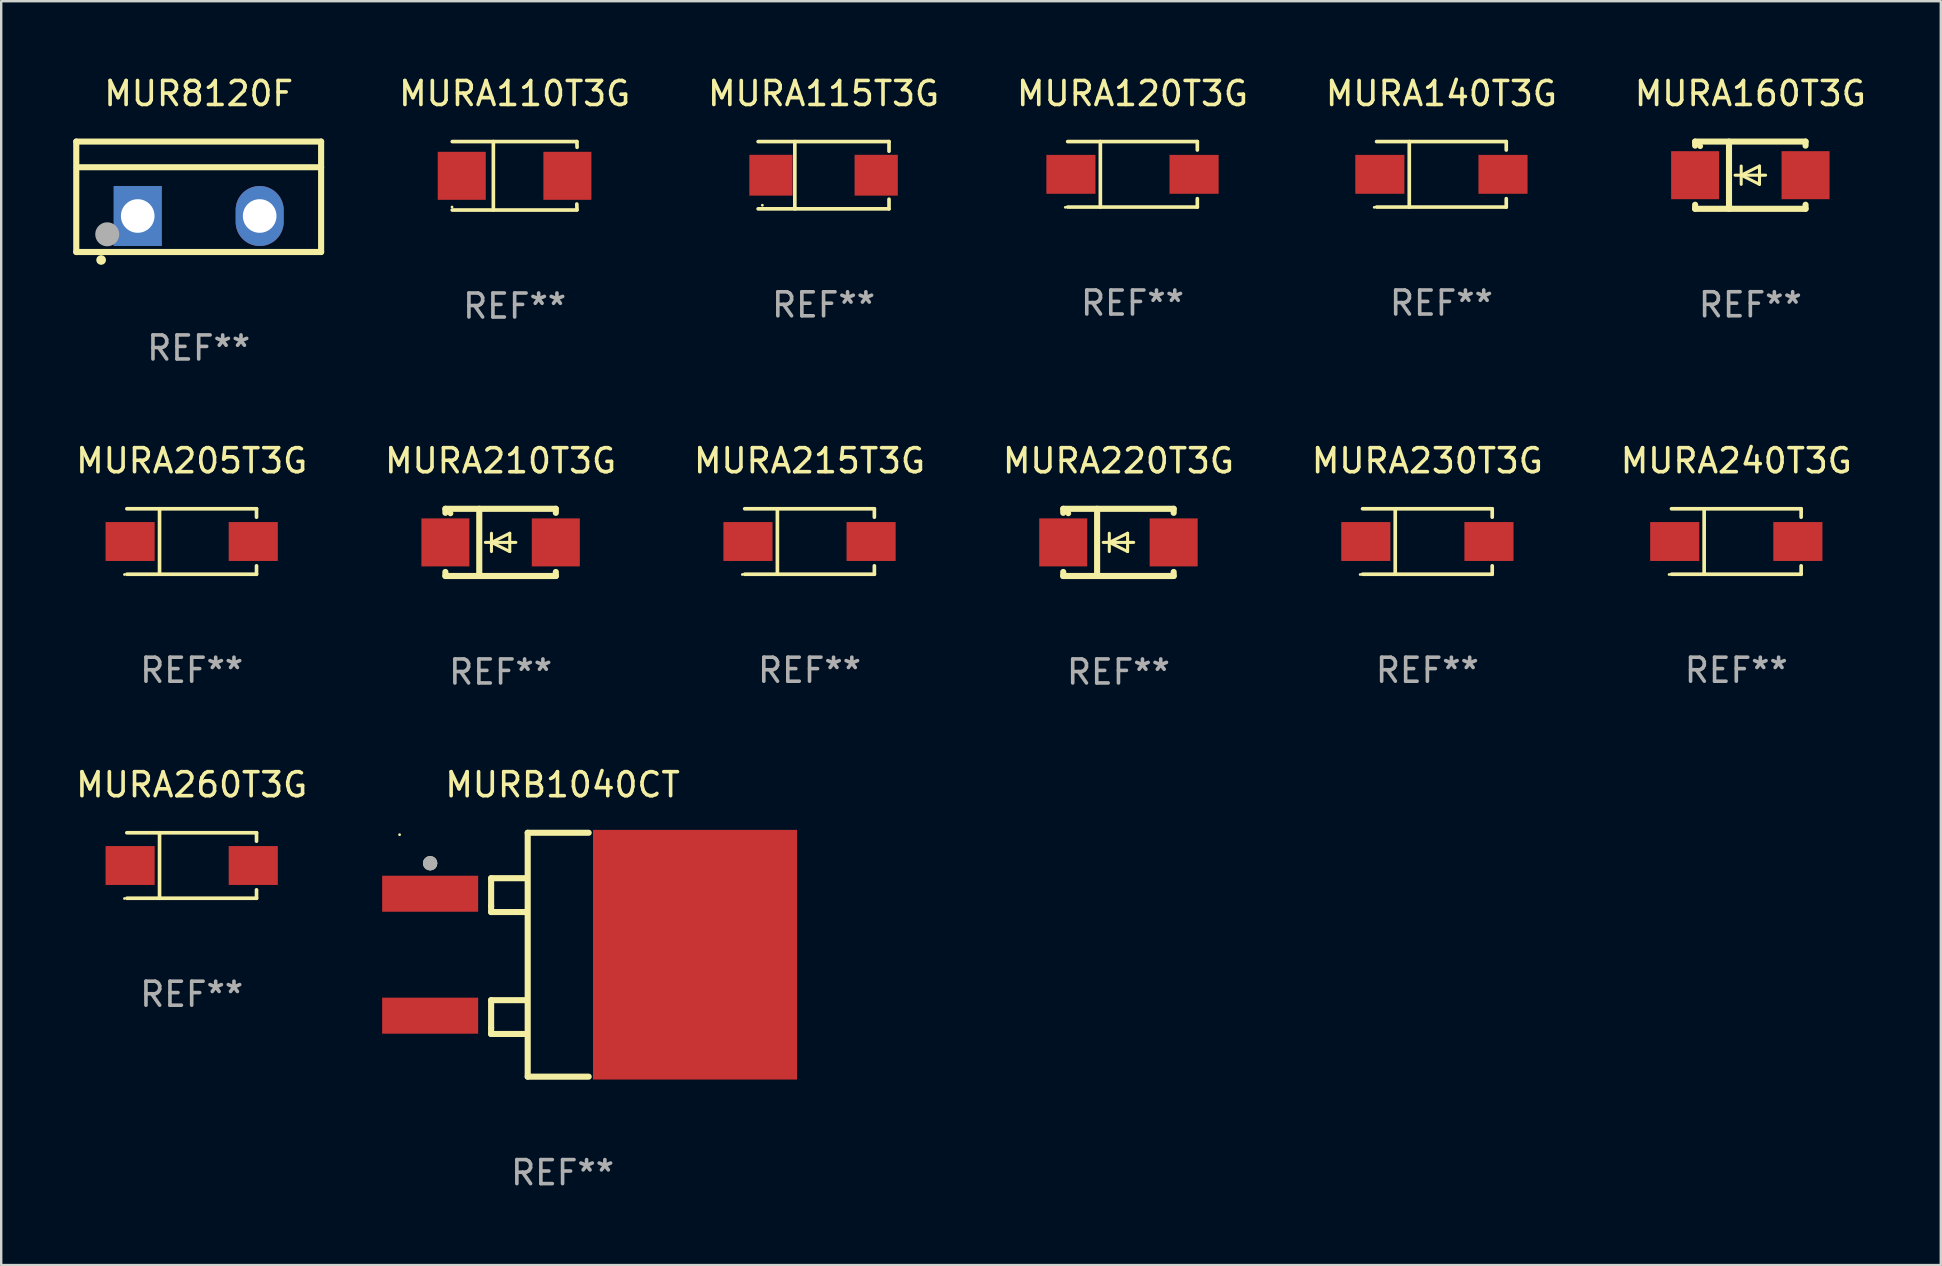
<source format=kicad_pcb>
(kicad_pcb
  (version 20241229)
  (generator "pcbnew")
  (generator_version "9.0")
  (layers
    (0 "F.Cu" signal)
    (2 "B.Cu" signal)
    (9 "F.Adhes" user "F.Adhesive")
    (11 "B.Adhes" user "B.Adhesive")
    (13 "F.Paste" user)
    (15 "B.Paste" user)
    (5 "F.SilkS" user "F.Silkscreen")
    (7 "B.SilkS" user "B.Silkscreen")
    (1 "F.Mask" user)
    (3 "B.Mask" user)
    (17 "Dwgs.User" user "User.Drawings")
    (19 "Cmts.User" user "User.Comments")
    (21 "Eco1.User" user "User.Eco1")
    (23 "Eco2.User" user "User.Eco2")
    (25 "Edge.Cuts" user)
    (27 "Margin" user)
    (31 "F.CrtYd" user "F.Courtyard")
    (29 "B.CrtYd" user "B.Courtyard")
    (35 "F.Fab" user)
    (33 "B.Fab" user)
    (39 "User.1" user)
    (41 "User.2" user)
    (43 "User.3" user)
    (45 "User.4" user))
  (footprint "MURA210T3G"
    (layer "F.Cu")
    (at 17.804 19.545)
    (property "Reference" "MURA210T3G" (at 0 -3.4 0) (layer "F.SilkS") (effects (font (size 1 1) (thickness 0.15))))
    (attr through_hole)
    (fp_line (start -2.3 -1.4) (end -2.3 -1.231) (stroke (width 0.254) (type solid)) (layer "F.SilkS"))
    (fp_line (start -2.3 -1.4) (end 2.3 -1.4) (stroke (width 0.254) (type solid)) (layer "F.SilkS"))
    (fp_line (start -2.3 1.231) (end -2.3 1.4) (stroke (width 0.254) (type solid)) (layer "F.SilkS"))
    (fp_line (start -2.3 1.4) (end 2.3 1.4) (stroke (width 0.254) (type solid)) (layer "F.SilkS"))
    (fp_line (start -0.889 1.4) (end -0.889 -1.4) (stroke (width 0.254) (type solid)) (layer "F.SilkS"))
    (fp_line (start -0.381 0) (end -0.381 -0.381) (stroke (width 0.127) (type solid)) (layer "F.SilkS"))
    (fp_line (start -0.381 0) (end -0.381 0.381) (stroke (width 0.127) (type solid)) (layer "F.SilkS"))
    (fp_line (start 0.381 -0.381) (end -0.381 0) (stroke (width 0.127) (type solid)) (layer "F.SilkS"))
    (fp_line (start 0.381 0) (end 0.381 -0.381) (stroke (width 0.127) (type solid)) (layer "F.SilkS"))
    (fp_line (start 0.381 0) (end 0.381 0.381) (stroke (width 0.127) (type solid)) (layer "F.SilkS"))
    (fp_line (start 0.381 0.381) (end -0.381 0) (stroke (width 0.127) (type solid)) (layer "F.SilkS"))
    (fp_line (start 0.635 0) (end -0.635 0) (stroke (width 0.127) (type solid)) (layer "F.SilkS"))
    (fp_line (start 2.3 -1.4) (end 2.3 -1.231) (stroke (width 0.254) (type solid)) (layer "F.SilkS"))
    (fp_line (start 2.3 1.231) (end 2.3 1.4) (stroke (width 0.254) (type solid)) (layer "F.SilkS"))
    (fp_circle (center -2.088 -1.208) (end -2.028 -1.208) (stroke (width 0.12) (type solid)) (fill no) (layer "F.SilkS"))
    (fp_text user "REF**" (at 0 5.4 0) (layer "F.Fab") (effects (font (size 1 1) (thickness 0.15))))
    (pad "1" smd rect (at -2.3 0 180) (size 2 2) (layers "F.Cu" "F.Mask" "F.Paste"))
    (pad "2" smd rect (at 2.3 0 180) (size 2 2) (layers "F.Cu" "F.Mask" "F.Paste")))
  (footprint "MUR8120F"
    (layer "F.Cu")
    (at 5.227 5.148)
    (property "Reference" "MUR8120F" (at 0 -4.3 0) (layer "F.SilkS") (effects (font (size 1 1) (thickness 0.15))))
    (attr through_hole)
    (fp_line (start -5.1 -2.3) (end -5.1 2.3) (stroke (width 0.254) (type solid)) (layer "F.SilkS"))
    (fp_line (start -5.1 2.3) (end 5.1 2.3) (stroke (width 0.254) (type solid)) (layer "F.SilkS"))
    (fp_line (start -5.08 -1.232) (end 5.1 -1.232) (stroke (width 0.254) (type solid)) (layer "F.SilkS"))
    (fp_line (start 5.1 -2.3) (end -5.1 -2.3) (stroke (width 0.254) (type solid)) (layer "F.SilkS"))
    (fp_line (start 5.1 -2.3) (end 5.1 2.3) (stroke (width 0.254) (type solid)) (layer "F.SilkS"))
    (fp_arc (start -4.065278 2.632004) (mid -4.064008 2.632) (end -4.062738 2.632004) (stroke (width 0.4) (type solid)) (layer "F.SilkS"))
    (fp_circle (center -5.1 2.32) (end -5.07 2.32) (stroke (width 0.06) (type solid)) (fill no) (layer "F.SilkS"))
    (fp_circle (center -3.81 1.562) (end -3.56 1.562) (stroke (width 0.5) (type solid)) (fill no) (layer "F.Fab"))
    (fp_text user "REF**" (at 0 6.3 0) (layer "F.Fab") (effects (font (size 1 1) (thickness 0.15))))
    (pad "1" thru_hole rect (at -2.54 0.8) (size 2 2.5) (drill 1.4) (layers "*.Cu" "*.Mask"))
    (pad "2" thru_hole oval (at 2.54 0.8) (size 2 2.5) (drill 1.4) (layers "*.Cu" "*.Mask")))
  (footprint "MURB1040CT"
    (layer "F.Cu")
    (at 20.386 36.721)
    (property "Reference" "MURB1040CT" (at 0 -7.08 0) (layer "F.SilkS") (effects (font (size 1 1) (thickness 0.15))))
    (attr through_hole)
    (fp_line (start -2.977 -3.187) (end -2.977 -2.032) (stroke (width 0.254) (type solid)) (layer "F.SilkS"))
    (fp_line (start -2.977 -2.032) (end -2.977 -1.778) (stroke (width 0.254) (type solid)) (layer "F.SilkS"))
    (fp_line (start -2.977 -1.778) (end -1.524 -1.778) (stroke (width 0.254) (type solid)) (layer "F.SilkS"))
    (fp_line (start -2.977 1.893) (end -2.977 3.048) (stroke (width 0.254) (type solid)) (layer "F.SilkS"))
    (fp_line (start -2.977 3.048) (end -2.977 3.302) (stroke (width 0.254) (type solid)) (layer "F.SilkS"))
    (fp_line (start -2.977 3.302) (end -1.524 3.302) (stroke (width 0.254) (type solid)) (layer "F.SilkS"))
    (fp_line (start -1.524 -3.187) (end -2.977 -3.187) (stroke (width 0.254) (type solid)) (layer "F.SilkS"))
    (fp_line (start -1.524 1.893) (end -2.977 1.893) (stroke (width 0.254) (type solid)) (layer "F.SilkS"))
    (fp_line (start -1.453 -5.08) (end -1.453 5.08) (stroke (width 0.254) (type solid)) (layer "F.SilkS"))
    (fp_line (start -1.453 5.08) (end 1.087 5.08) (stroke (width 0.254) (type solid)) (layer "F.SilkS"))
    (fp_line (start 1.087 -5.08) (end -1.453 -5.08) (stroke (width 0.254) (type solid)) (layer "F.SilkS"))
    (fp_circle (center -6.79 -5) (end -6.76 -5) (stroke (width 0.06) (type solid)) (fill no) (layer "F.SilkS"))
    (fp_circle (center -5.517 -3.81) (end -5.367 -3.81) (stroke (width 0.3) (type solid)) (fill no) (layer "F.SilkS"))
    (fp_circle (center -5.517 -3.81) (end -5.367 -3.81) (stroke (width 0.3) (type solid)) (fill no) (layer "F.Fab"))
    (fp_text user "REF**" (at 0 9.08 0) (layer "F.Fab") (effects (font (size 1 1) (thickness 0.15))))
    (pad "1" smd rect (at -5.517 -2.54) (size 4 1.5) (layers "F.Cu" "F.Mask" "F.Paste"))
    (pad "2" smd rect (at -5.517 2.54) (size 4 1.5) (layers "F.Cu" "F.Mask" "F.Paste"))
    (pad "3" smd rect (at 5.517 0) (size 8.5 10.4) (layers "F.Cu" "F.Mask" "F.Paste")))
  (footprint "MURA230T3G"
    (layer "F.Cu")
    (at 56.411 19.508)
    (property "Reference" "MURA230T3G" (at 0 -3.364 0) (layer "F.SilkS") (effects (font (size 1 1) (thickness 0.15))))
    (attr through_hole)
    (fp_line (start -2.701 -1.364) (end 2.701 -1.364) (stroke (width 0.152) (type solid)) (layer "F.SilkS"))
    (fp_line (start -2.701 1.364) (end 2.701 1.364) (stroke (width 0.152) (type solid)) (layer "F.SilkS"))
    (fp_line (start -1.339 -1.364) (end -1.339 1.364) (stroke (width 0.152) (type solid)) (layer "F.SilkS"))
    (fp_line (start 2.701 -1.364) (end 2.701 -1.013) (stroke (width 0.152) (type solid)) (layer "F.SilkS"))
    (fp_line (start 2.701 1.364) (end 2.701 1.013) (stroke (width 0.152) (type solid)) (layer "F.SilkS"))
    (fp_circle (center -2.8 1.375) (end -2.77 1.375) (stroke (width 0.06) (type solid)) (fill no) (layer "F.SilkS"))
    (fp_text user "REF**" (at 0 5.364 0) (layer "F.Fab") (effects (font (size 1 1) (thickness 0.15))))
    (pad "1" smd rect (at -2.565 -0.000025) (size 2.046 1.62) (layers "F.Cu" "F.Mask" "F.Paste"))
    (pad "2" smd rect (at 2.565 -0.000025) (size 2.046 1.62) (layers "F.Cu" "F.Mask" "F.Paste")))
  (footprint "MURA120T3G"
    (layer "F.Cu")
    (at 44.127 4.212)
    (property "Reference" "MURA120T3G" (at 0 -3.364 0) (layer "F.SilkS") (effects (font (size 1 1) (thickness 0.15))))
    (attr through_hole)
    (fp_line (start -2.701 -1.364) (end 2.701 -1.364) (stroke (width 0.152) (type solid)) (layer "F.SilkS"))
    (fp_line (start -2.701 1.364) (end 2.701 1.364) (stroke (width 0.152) (type solid)) (layer "F.SilkS"))
    (fp_line (start -1.339 -1.364) (end -1.339 1.364) (stroke (width 0.152) (type solid)) (layer "F.SilkS"))
    (fp_line (start 2.701 -1.364) (end 2.701 -1.013) (stroke (width 0.152) (type solid)) (layer "F.SilkS"))
    (fp_line (start 2.701 1.364) (end 2.701 1.013) (stroke (width 0.152) (type solid)) (layer "F.SilkS"))
    (fp_circle (center -2.8 1.375) (end -2.77 1.375) (stroke (width 0.06) (type solid)) (fill no) (layer "F.SilkS"))
    (fp_text user "REF**" (at 0 5.364 0) (layer "F.Fab") (effects (font (size 1 1) (thickness 0.15))))
    (pad "1" smd rect (at -2.565 -0.000025) (size 2.046 1.62) (layers "F.Cu" "F.Mask" "F.Paste"))
    (pad "2" smd rect (at 2.565 -0.000025) (size 2.046 1.62) (layers "F.Cu" "F.Mask" "F.Paste")))
  (footprint "MURA140T3G"
    (layer "F.Cu")
    (at 56.996 4.212)
    (property "Reference" "MURA140T3G" (at 0 -3.364 0) (layer "F.SilkS") (effects (font (size 1 1) (thickness 0.15))))
    (attr through_hole)
    (fp_line (start -2.701 -1.364) (end 2.701 -1.364) (stroke (width 0.152) (type solid)) (layer "F.SilkS"))
    (fp_line (start -2.701 1.364) (end 2.701 1.364) (stroke (width 0.152) (type solid)) (layer "F.SilkS"))
    (fp_line (start -1.339 -1.364) (end -1.339 1.364) (stroke (width 0.152) (type solid)) (layer "F.SilkS"))
    (fp_line (start 2.701 -1.364) (end 2.701 -1.013) (stroke (width 0.152) (type solid)) (layer "F.SilkS"))
    (fp_line (start 2.701 1.364) (end 2.701 1.013) (stroke (width 0.152) (type solid)) (layer "F.SilkS"))
    (fp_circle (center -2.8 1.375) (end -2.77 1.375) (stroke (width 0.06) (type solid)) (fill no) (layer "F.SilkS"))
    (fp_text user "REF**" (at 0 5.364 0) (layer "F.Fab") (effects (font (size 1 1) (thickness 0.15))))
    (pad "1" smd rect (at -2.565 -0.000025) (size 2.046 1.62) (layers "F.Cu" "F.Mask" "F.Paste"))
    (pad "2" smd rect (at 2.565 -0.000025) (size 2.046 1.62) (layers "F.Cu" "F.Mask" "F.Paste")))
  (footprint "MURA115T3G"
    (layer "F.Cu")
    (at 31.258 4.249)
    (property "Reference" "MURA115T3G" (at 0 -3.401 0) (layer "F.SilkS") (effects (font (size 1 1) (thickness 0.15))))
    (attr through_hole)
    (fp_line (start -2.726 -1.401) (end 2.726 -1.401) (stroke (width 0.152) (type solid)) (layer "F.SilkS"))
    (fp_line (start -2.726 1.401) (end 2.726 1.401) (stroke (width 0.152) (type solid)) (layer "F.SilkS"))
    (fp_line (start -1.197 -1.401) (end -1.197 1.401) (stroke (width 0.152) (type solid)) (layer "F.SilkS"))
    (fp_line (start 2.726 -1.401) (end 2.726 -1) (stroke (width 0.152) (type solid)) (layer "F.SilkS"))
    (fp_line (start 2.726 1.401) (end 2.726 1) (stroke (width 0.152) (type solid)) (layer "F.SilkS"))
    (fp_circle (center -2.55 1.25) (end -2.52 1.25) (stroke (width 0.06) (type solid)) (fill no) (layer "F.SilkS"))
    (fp_text user "REF**" (at 0 5.401 0) (layer "F.Fab") (effects (font (size 1 1) (thickness 0.15))))
    (pad "1" smd rect (at -2.192 0) (size 1.8 1.7) (layers "F.Cu" "F.Mask" "F.Paste"))
    (pad "2" smd rect (at 2.192 0) (size 1.8 1.7) (layers "F.Cu" "F.Mask" "F.Paste")))
  (footprint "MURA220T3G"
    (layer "F.Cu")
    (at 43.542 19.545)
    (property "Reference" "MURA220T3G" (at 0 -3.4 0) (layer "F.SilkS") (effects (font (size 1 1) (thickness 0.15))))
    (attr through_hole)
    (fp_line (start -2.3 -1.4) (end -2.3 -1.231) (stroke (width 0.254) (type solid)) (layer "F.SilkS"))
    (fp_line (start -2.3 -1.4) (end 2.3 -1.4) (stroke (width 0.254) (type solid)) (layer "F.SilkS"))
    (fp_line (start -2.3 1.231) (end -2.3 1.4) (stroke (width 0.254) (type solid)) (layer "F.SilkS"))
    (fp_line (start -2.3 1.4) (end 2.3 1.4) (stroke (width 0.254) (type solid)) (layer "F.SilkS"))
    (fp_line (start -0.889 1.4) (end -0.889 -1.4) (stroke (width 0.254) (type solid)) (layer "F.SilkS"))
    (fp_line (start -0.381 0) (end -0.381 -0.381) (stroke (width 0.127) (type solid)) (layer "F.SilkS"))
    (fp_line (start -0.381 0) (end -0.381 0.381) (stroke (width 0.127) (type solid)) (layer "F.SilkS"))
    (fp_line (start 0.381 -0.381) (end -0.381 0) (stroke (width 0.127) (type solid)) (layer "F.SilkS"))
    (fp_line (start 0.381 0) (end 0.381 -0.381) (stroke (width 0.127) (type solid)) (layer "F.SilkS"))
    (fp_line (start 0.381 0) (end 0.381 0.381) (stroke (width 0.127) (type solid)) (layer "F.SilkS"))
    (fp_line (start 0.381 0.381) (end -0.381 0) (stroke (width 0.127) (type solid)) (layer "F.SilkS"))
    (fp_line (start 0.635 0) (end -0.635 0) (stroke (width 0.127) (type solid)) (layer "F.SilkS"))
    (fp_line (start 2.3 -1.4) (end 2.3 -1.231) (stroke (width 0.254) (type solid)) (layer "F.SilkS"))
    (fp_line (start 2.3 1.231) (end 2.3 1.4) (stroke (width 0.254) (type solid)) (layer "F.SilkS"))
    (fp_circle (center -2.088 -1.208) (end -2.028 -1.208) (stroke (width 0.12) (type solid)) (fill no) (layer "F.SilkS"))
    (fp_text user "REF**" (at 0 5.4 0) (layer "F.Fab") (effects (font (size 1 1) (thickness 0.15))))
    (pad "1" smd rect (at -2.3 0 180) (size 2 2) (layers "F.Cu" "F.Mask" "F.Paste"))
    (pad "2" smd rect (at 2.3 0 180) (size 2 2) (layers "F.Cu" "F.Mask" "F.Paste")))
  (footprint "MURA110T3G"
    (layer "F.Cu")
    (at 18.389 4.274)
    (property "Reference" "MURA110T3G" (at 0 -3.426 0) (layer "F.SilkS") (effects (font (size 1 1) (thickness 0.15))))
    (attr through_hole)
    (fp_line (start -2.6 -1.426) (end 2.593 -1.426) (stroke (width 0.152) (type solid)) (layer "F.SilkS"))
    (fp_line (start -2.6 1.426) (end 2.593 1.426) (stroke (width 0.152) (type solid)) (layer "F.SilkS"))
    (fp_line (start -0.887 -1.426) (end -0.887 1.426) (stroke (width 0.152) (type solid)) (layer "F.SilkS"))
    (fp_line (start 2.59 1.176) (end 2.597 1.415) (stroke (width 0.152) (type solid)) (layer "F.SilkS"))
    (fp_line (start 2.593 -1.426) (end 2.6 -1.187) (stroke (width 0.152) (type solid)) (layer "F.SilkS"))
    (fp_circle (center -2.608 1.3) (end -2.578 1.3) (stroke (width 0.06) (type solid)) (fill no) (layer "F.SilkS"))
    (fp_text user "REF**" (at 0 5.426 0) (layer "F.Fab") (effects (font (size 1 1) (thickness 0.15))))
    (pad "1" smd rect (at -2.203 0 180) (size 2 2) (layers "F.Cu" "F.Mask" "F.Paste"))
    (pad "2" smd rect (at 2.197 0 180) (size 2 2) (layers "F.Cu" "F.Mask" "F.Paste")))
  (footprint "MURA205T3G"
    (layer "F.Cu")
    (at 4.935 19.508)
    (property "Reference" "MURA205T3G" (at 0 -3.364 0) (layer "F.SilkS") (effects (font (size 1 1) (thickness 0.15))))
    (attr through_hole)
    (fp_line (start -2.701 -1.364) (end 2.701 -1.364) (stroke (width 0.152) (type solid)) (layer "F.SilkS"))
    (fp_line (start -2.701 1.364) (end 2.701 1.364) (stroke (width 0.152) (type solid)) (layer "F.SilkS"))
    (fp_line (start -1.339 -1.364) (end -1.339 1.364) (stroke (width 0.152) (type solid)) (layer "F.SilkS"))
    (fp_line (start 2.701 -1.364) (end 2.701 -1.013) (stroke (width 0.152) (type solid)) (layer "F.SilkS"))
    (fp_line (start 2.701 1.364) (end 2.701 1.013) (stroke (width 0.152) (type solid)) (layer "F.SilkS"))
    (fp_circle (center -2.8 1.375) (end -2.77 1.375) (stroke (width 0.06) (type solid)) (fill no) (layer "F.SilkS"))
    (fp_text user "REF**" (at 0 5.364 0) (layer "F.Fab") (effects (font (size 1 1) (thickness 0.15))))
    (pad "1" smd rect (at -2.565 -0.000025) (size 2.046 1.62) (layers "F.Cu" "F.Mask" "F.Paste"))
    (pad "2" smd rect (at 2.565 -0.000025) (size 2.046 1.62) (layers "F.Cu" "F.Mask" "F.Paste")))
  (footprint "MURA260T3G"
    (layer "F.Cu")
    (at 4.935 33.005)
    (property "Reference" "MURA260T3G" (at 0 -3.364 0) (layer "F.SilkS") (effects (font (size 1 1) (thickness 0.15))))
    (attr through_hole)
    (fp_line (start -2.701 -1.364) (end 2.701 -1.364) (stroke (width 0.152) (type solid)) (layer "F.SilkS"))
    (fp_line (start -2.701 1.364) (end 2.701 1.364) (stroke (width 0.152) (type solid)) (layer "F.SilkS"))
    (fp_line (start -1.339 -1.364) (end -1.339 1.364) (stroke (width 0.152) (type solid)) (layer "F.SilkS"))
    (fp_line (start 2.701 -1.364) (end 2.701 -1.013) (stroke (width 0.152) (type solid)) (layer "F.SilkS"))
    (fp_line (start 2.701 1.364) (end 2.701 1.013) (stroke (width 0.152) (type solid)) (layer "F.SilkS"))
    (fp_circle (center -2.8 1.375) (end -2.77 1.375) (stroke (width 0.06) (type solid)) (fill no) (layer "F.SilkS"))
    (fp_text user "REF**" (at 0 5.364 0) (layer "F.Fab") (effects (font (size 1 1) (thickness 0.15))))
    (pad "1" smd rect (at -2.565 -0.000025) (size 2.046 1.62) (layers "F.Cu" "F.Mask" "F.Paste"))
    (pad "2" smd rect (at 2.565 -0.000025) (size 2.046 1.62) (layers "F.Cu" "F.Mask" "F.Paste")))
  (footprint "MURA160T3G"
    (layer "F.Cu")
    (at 69.865 4.248)
    (property "Reference" "MURA160T3G" (at 0 -3.4 0) (layer "F.SilkS") (effects (font (size 1 1) (thickness 0.15))))
    (attr through_hole)
    (fp_line (start -2.3 -1.4) (end -2.3 -1.231) (stroke (width 0.254) (type solid)) (layer "F.SilkS"))
    (fp_line (start -2.3 -1.4) (end 2.3 -1.4) (stroke (width 0.254) (type solid)) (layer "F.SilkS"))
    (fp_line (start -2.3 1.231) (end -2.3 1.4) (stroke (width 0.254) (type solid)) (layer "F.SilkS"))
    (fp_line (start -2.3 1.4) (end 2.3 1.4) (stroke (width 0.254) (type solid)) (layer "F.SilkS"))
    (fp_line (start -0.889 1.4) (end -0.889 -1.4) (stroke (width 0.254) (type solid)) (layer "F.SilkS"))
    (fp_line (start -0.381 0) (end -0.381 -0.381) (stroke (width 0.127) (type solid)) (layer "F.SilkS"))
    (fp_line (start -0.381 0) (end -0.381 0.381) (stroke (width 0.127) (type solid)) (layer "F.SilkS"))
    (fp_line (start 0.381 -0.381) (end -0.381 0) (stroke (width 0.127) (type solid)) (layer "F.SilkS"))
    (fp_line (start 0.381 0) (end 0.381 -0.381) (stroke (width 0.127) (type solid)) (layer "F.SilkS"))
    (fp_line (start 0.381 0) (end 0.381 0.381) (stroke (width 0.127) (type solid)) (layer "F.SilkS"))
    (fp_line (start 0.381 0.381) (end -0.381 0) (stroke (width 0.127) (type solid)) (layer "F.SilkS"))
    (fp_line (start 0.635 0) (end -0.635 0) (stroke (width 0.127) (type solid)) (layer "F.SilkS"))
    (fp_line (start 2.3 -1.4) (end 2.3 -1.231) (stroke (width 0.254) (type solid)) (layer "F.SilkS"))
    (fp_line (start 2.3 1.231) (end 2.3 1.4) (stroke (width 0.254) (type solid)) (layer "F.SilkS"))
    (fp_circle (center -2.088 -1.208) (end -2.028 -1.208) (stroke (width 0.12) (type solid)) (fill no) (layer "F.SilkS"))
    (fp_text user "REF**" (at 0 5.4 0) (layer "F.Fab") (effects (font (size 1 1) (thickness 0.15))))
    (pad "1" smd rect (at -2.3 0 180) (size 2 2) (layers "F.Cu" "F.Mask" "F.Paste"))
    (pad "2" smd rect (at 2.3 0 180) (size 2 2) (layers "F.Cu" "F.Mask" "F.Paste")))
  (footprint "MURA215T3G"
    (layer "F.Cu")
    (at 30.673 19.508)
    (property "Reference" "MURA215T3G" (at 0 -3.364 0) (layer "F.SilkS") (effects (font (size 1 1) (thickness 0.15))))
    (attr through_hole)
    (fp_line (start -2.701 -1.364) (end 2.701 -1.364) (stroke (width 0.152) (type solid)) (layer "F.SilkS"))
    (fp_line (start -2.701 1.364) (end 2.701 1.364) (stroke (width 0.152) (type solid)) (layer "F.SilkS"))
    (fp_line (start -1.339 -1.364) (end -1.339 1.364) (stroke (width 0.152) (type solid)) (layer "F.SilkS"))
    (fp_line (start 2.701 -1.364) (end 2.701 -1.013) (stroke (width 0.152) (type solid)) (layer "F.SilkS"))
    (fp_line (start 2.701 1.364) (end 2.701 1.013) (stroke (width 0.152) (type solid)) (layer "F.SilkS"))
    (fp_circle (center -2.8 1.375) (end -2.77 1.375) (stroke (width 0.06) (type solid)) (fill no) (layer "F.SilkS"))
    (fp_text user "REF**" (at 0 5.364 0) (layer "F.Fab") (effects (font (size 1 1) (thickness 0.15))))
    (pad "1" smd rect (at -2.565 -0.000025) (size 2.046 1.62) (layers "F.Cu" "F.Mask" "F.Paste"))
    (pad "2" smd rect (at 2.565 -0.000025) (size 2.046 1.62) (layers "F.Cu" "F.Mask" "F.Paste")))
  (footprint "MURA240T3G"
    (layer "F.Cu")
    (at 69.28 19.508)
    (property "Reference" "MURA240T3G" (at 0 -3.364 0) (layer "F.SilkS") (effects (font (size 1 1) (thickness 0.15))))
    (attr through_hole)
    (fp_line (start -2.701 -1.364) (end 2.701 -1.364) (stroke (width 0.152) (type solid)) (layer "F.SilkS"))
    (fp_line (start -2.701 1.364) (end 2.701 1.364) (stroke (width 0.152) (type solid)) (layer "F.SilkS"))
    (fp_line (start -1.339 -1.364) (end -1.339 1.364) (stroke (width 0.152) (type solid)) (layer "F.SilkS"))
    (fp_line (start 2.701 -1.364) (end 2.701 -1.013) (stroke (width 0.152) (type solid)) (layer "F.SilkS"))
    (fp_line (start 2.701 1.364) (end 2.701 1.013) (stroke (width 0.152) (type solid)) (layer "F.SilkS"))
    (fp_circle (center -2.8 1.375) (end -2.77 1.375) (stroke (width 0.06) (type solid)) (fill no) (layer "F.SilkS"))
    (fp_text user "REF**" (at 0 5.364 0) (layer "F.Fab") (effects (font (size 1 1) (thickness 0.15))))
    (pad "1" smd rect (at -2.565 -0.000025) (size 2.046 1.62) (layers "F.Cu" "F.Mask" "F.Paste"))
    (pad "2" smd rect (at 2.565 -0.000025) (size 2.046 1.62) (layers "F.Cu" "F.Mask" "F.Paste")))
  (gr_rect
    (start -3 -3)
    (end 77.799 49.65)
    (stroke (width 0.1) (type default))
    (fill no)
    (layer "Edge.Cuts")))
</source>
